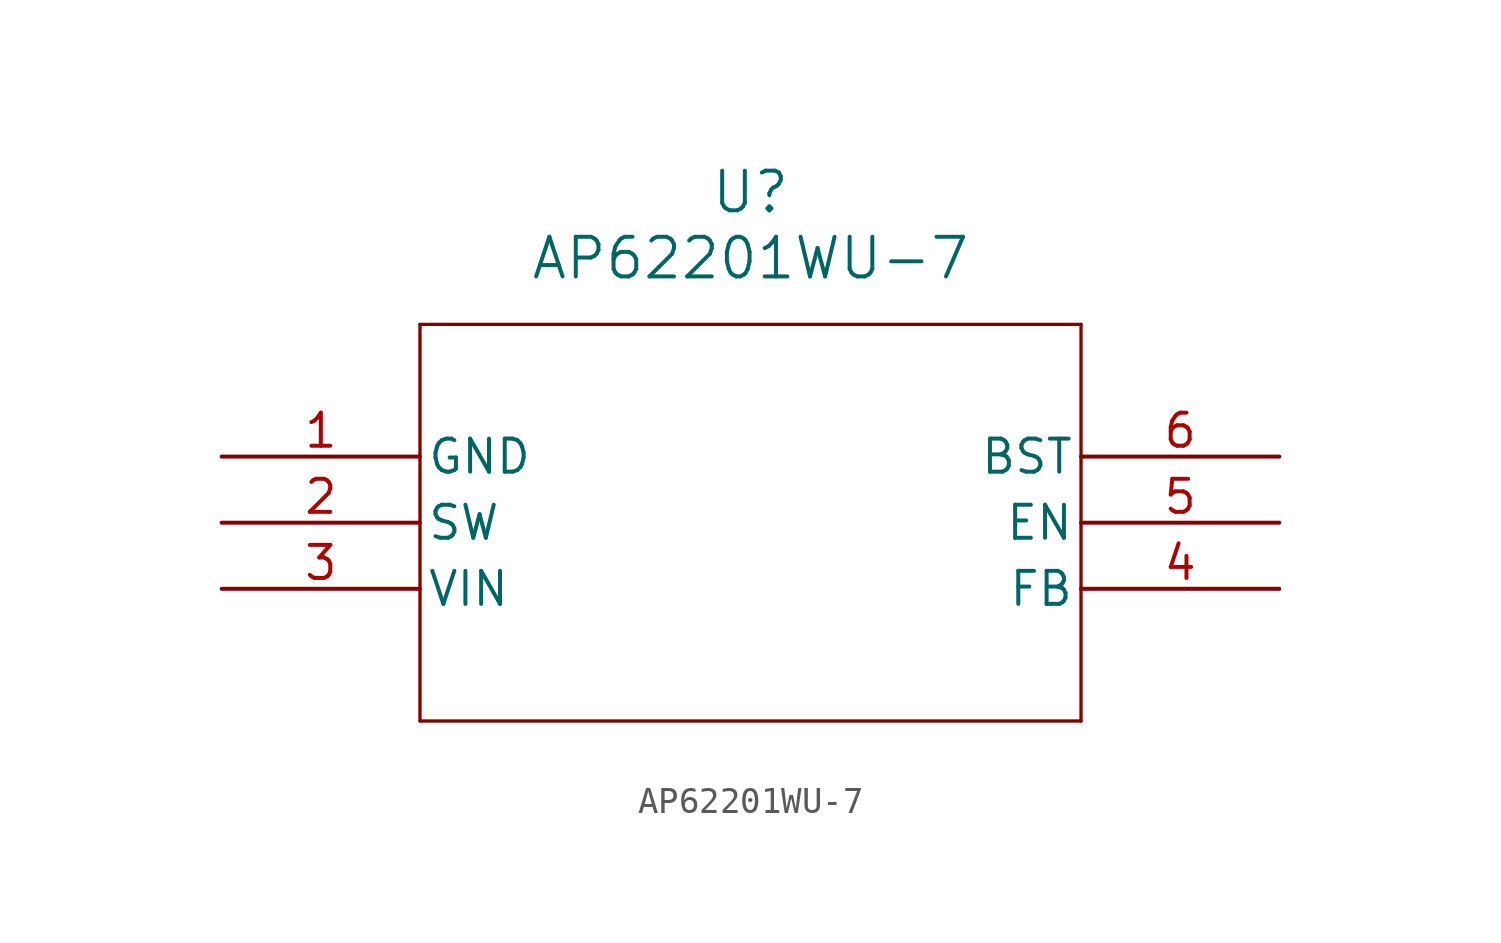
<source format=kicad_sym>
(kicad_symbol_lib
  (version 20211014)
  (generator kicad_symbol_editor)
  (symbol "AP62201WU-7"
    (pin_names
      (offset 0.254))
    (property "Reference" "U"
      (at 20.32 10.16 0)
      (effects (font (size 1.524 1.524))))
    (property "Value" "AP62201WU-7"
      (at 20.32 7.62 0)
      (effects (font (size 1.524 1.524))))
    (symbol "AP62201WU-7_0_1"
      (polyline (pts (xy 7.62 5.08) (xy 7.62 -10.16)) (stroke (width 0.127) (type default) (color 0 0 0 0)) (fill (type none)))
      (polyline (pts (xy 7.62 -10.16) (xy 33.02 -10.16)) (stroke (width 0.127) (type default) (color 0 0 0 0)) (fill (type none)))
      (polyline (pts (xy 33.02 -10.16) (xy 33.02 5.08)) (stroke (width 0.127) (type default) (color 0 0 0 0)) (fill (type none)))
      (polyline (pts (xy 33.02 5.08) (xy 7.62 5.08)) (stroke (width 0.127) (type default) (color 0 0 0 0)) (fill (type none)))
      (pin power_out line (at 0 0 0) (length 7.62) (name "GND" (effects (font (size 1.27 1.27)))) (number "1" (effects (font (size 1.27 1.27)))))
      (pin output line (at 0 -2.54 0) (length 7.62) (name "SW" (effects (font (size 1.27 1.27)))) (number "2" (effects (font (size 1.27 1.27)))))
      (pin power_in line (at 0 -5.08 0) (length 7.62) (name "VIN" (effects (font (size 1.27 1.27)))) (number "3" (effects (font (size 1.27 1.27)))))
      (pin unspecified line (at 40.64 -5.08 180) (length 7.62) (name "FB" (effects (font (size 1.27 1.27)))) (number "4" (effects (font (size 1.27 1.27)))))
      (pin input line (at 40.64 -2.54 180) (length 7.62) (name "EN" (effects (font (size 1.27 1.27)))) (number "5" (effects (font (size 1.27 1.27)))))
      (pin input line (at 40.64 0 180) (length 7.62) (name "BST" (effects (font (size 1.27 1.27)))) (number "6" (effects (font (size 1.27 1.27))))))))
</source>
